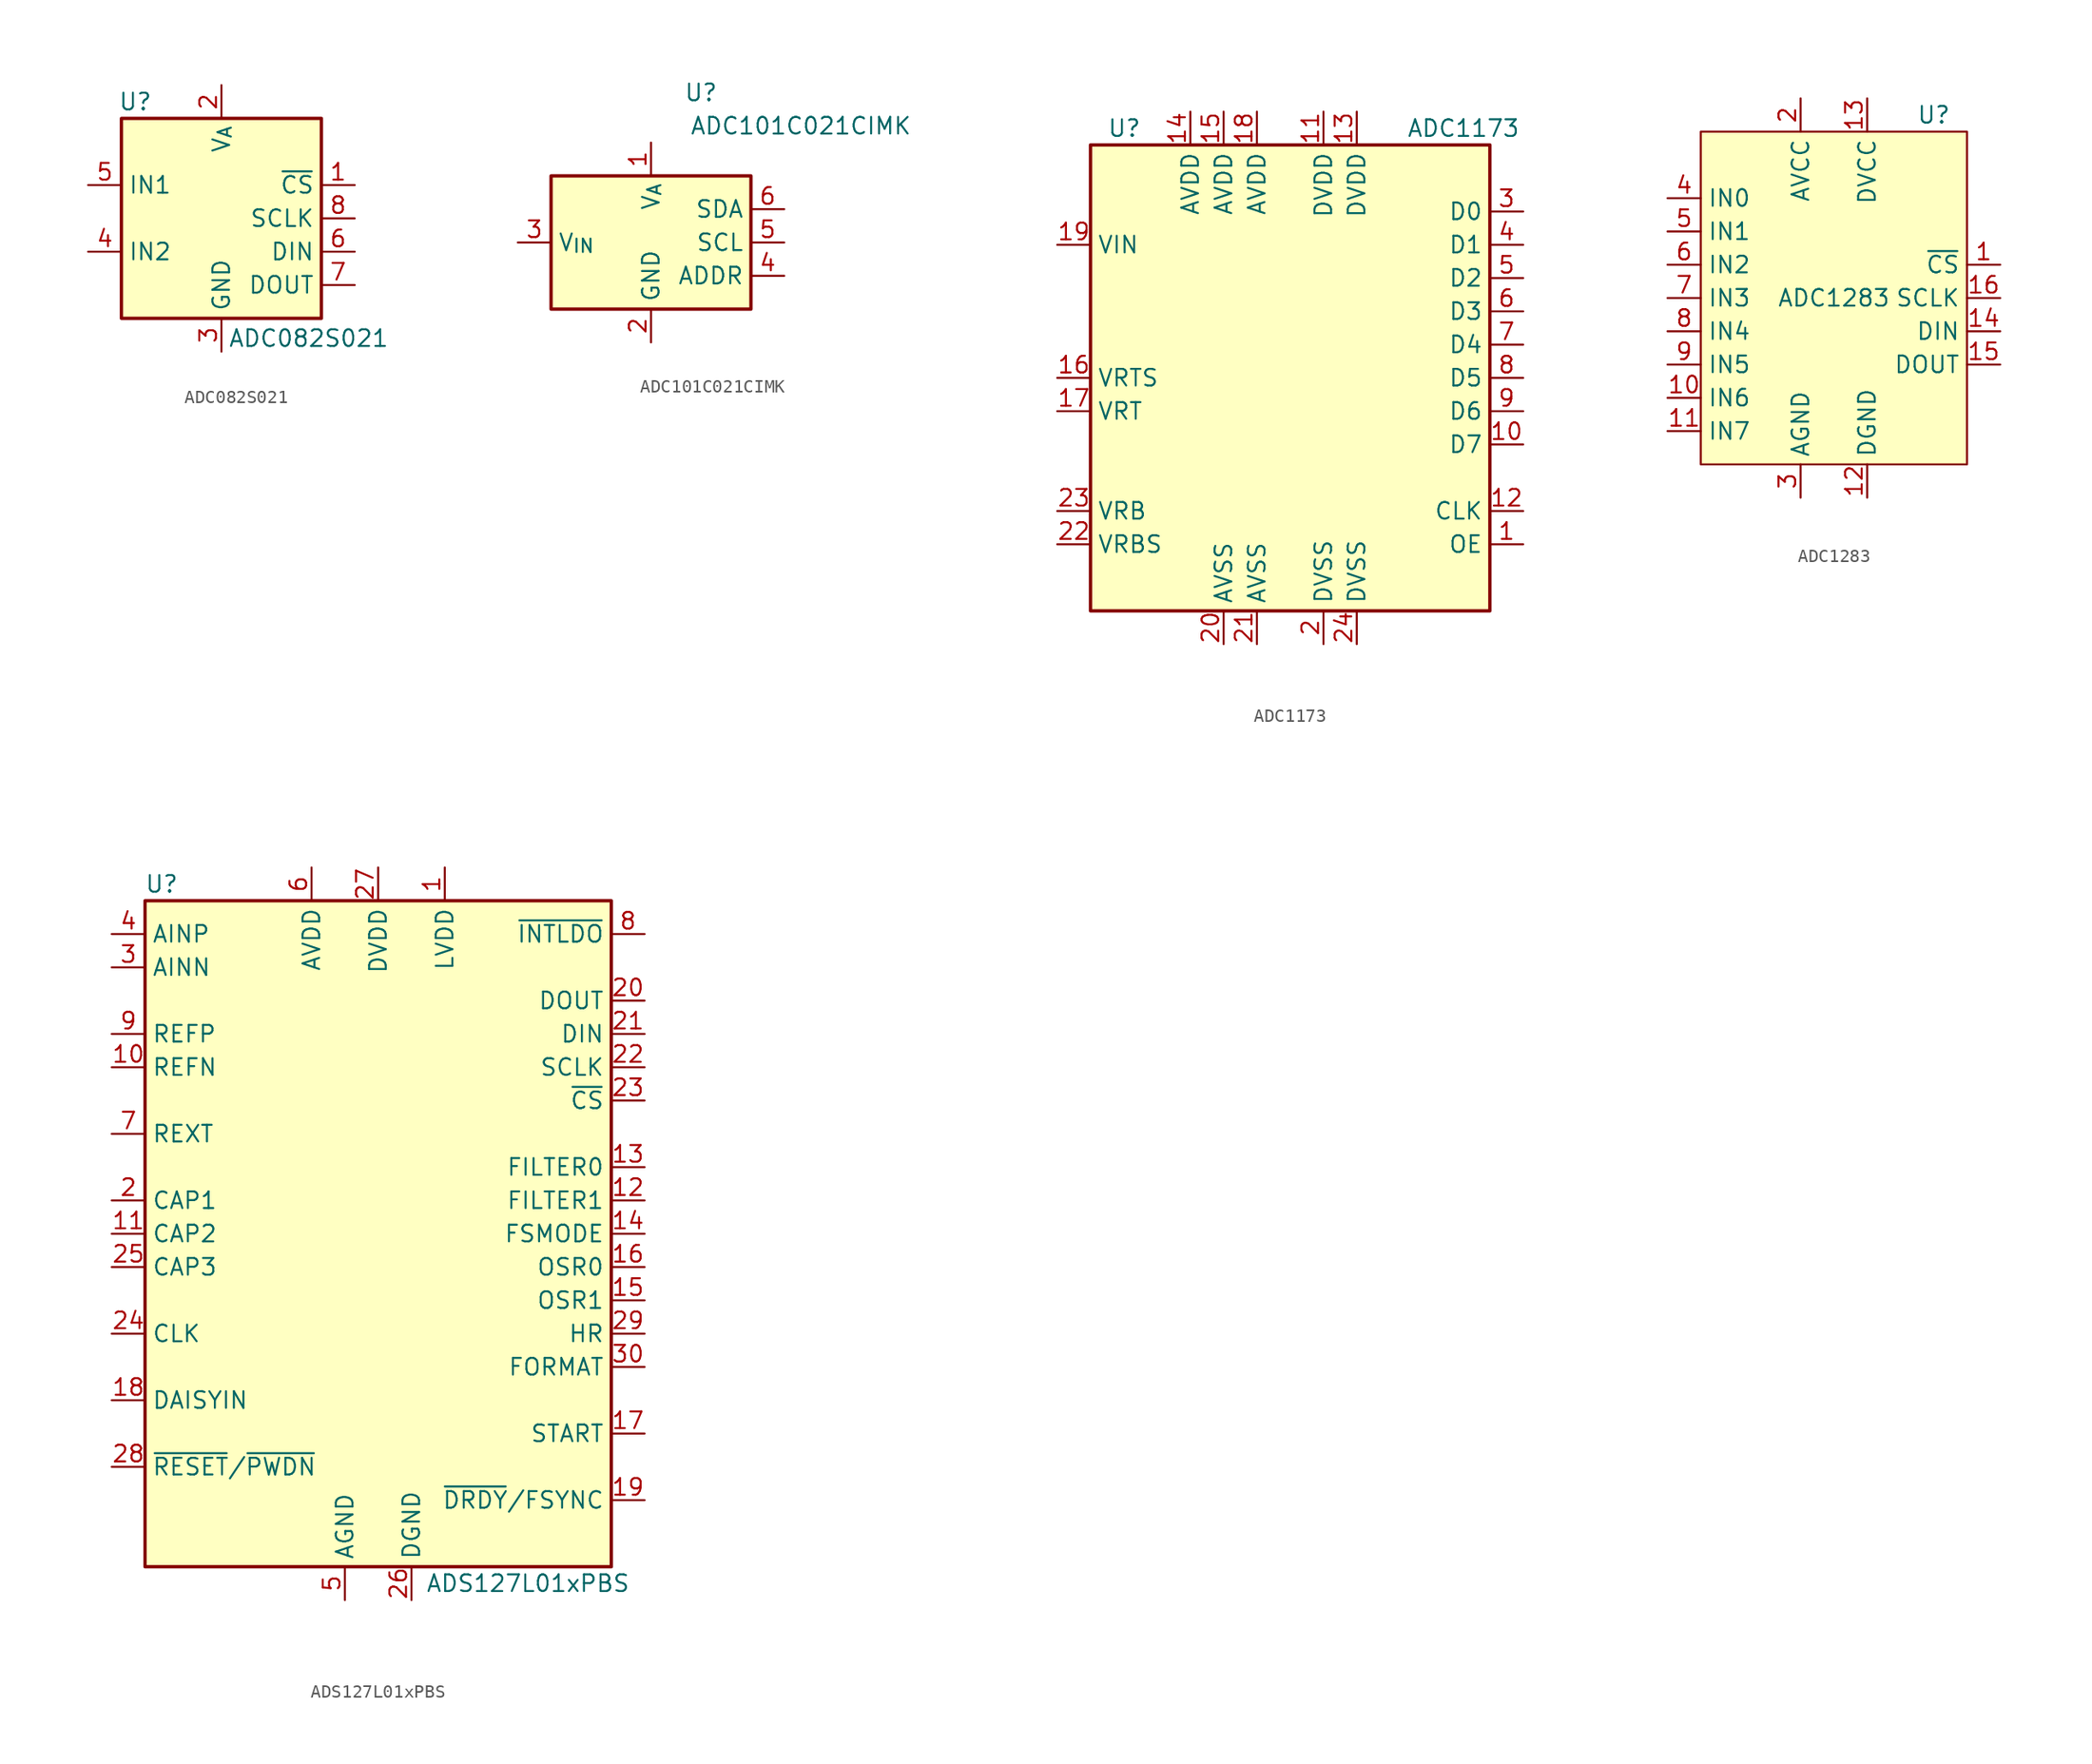
<source format=kicad_sym>
(kicad_symbol_lib
  (version 20241209)
  (generator "kicad_symbol_editor")
  (generator_version "9.0")
  (symbol "ADC082S021"
    (property "Reference" "U"
      (at -7.874 8.89 0)
      (effects (font (size 1.27 1.27)) (justify left)))
    (property "Value" "ADC082S021"
      (at 0.508 -9.144 0)
      (effects (font (size 1.27 1.27)) (justify left)))
    (symbol "ADC082S021_0_1"
      (rectangle (start -7.62 7.62) (end 7.62 -7.62) (stroke (width 0.254) (type default)) (fill (type background))))
    (symbol "ADC082S021_1_1"
      (pin input line (at -10.16 2.54 0) (length 2.54) (name "IN1" (effects (font (size 1.27 1.27)))) (number "5" (effects (font (size 1.27 1.27)))))
      (pin input line (at -10.16 -2.54 0) (length 2.54) (name "IN2" (effects (font (size 1.27 1.27)))) (number "4" (effects (font (size 1.27 1.27)))))
      (pin power_in line (at 0 10.16 270) (length 2.54) (name "V_{A}" (effects (font (size 1.27 1.27)))) (number "2" (effects (font (size 1.27 1.27)))))
      (pin power_in line (at 0 -10.16 90) (length 2.54) (name "GND" (effects (font (size 1.27 1.27)))) (number "3" (effects (font (size 1.27 1.27)))))
      (pin input line (at 10.16 2.54 180) (length 2.54) (name "~{CS}" (effects (font (size 1.27 1.27)))) (number "1" (effects (font (size 1.27 1.27)))))
      (pin input line (at 10.16 0 180) (length 2.54) (name "SCLK" (effects (font (size 1.27 1.27)))) (number "8" (effects (font (size 1.27 1.27)))))
      (pin input line (at 10.16 -2.54 180) (length 2.54) (name "DIN" (effects (font (size 1.27 1.27)))) (number "6" (effects (font (size 1.27 1.27)))))
      (pin output line (at 10.16 -5.08 180) (length 2.54) (name "DOUT" (effects (font (size 1.27 1.27)))) (number "7" (effects (font (size 1.27 1.27)))))))
  (symbol "ADC101C021CIMK"
    (property "Reference" "U"
      (at 3.81 11.43 0)
      (effects (font (size 1.27 1.27))))
    (property "Value" "ADC101C021CIMK"
      (at 11.43 8.89 0)
      (effects (font (size 1.27 1.27))))
    (symbol "ADC101C021CIMK_0_1"
      (rectangle (start -7.62 5.08) (end 7.62 -5.08) (stroke (width 0.254) (type default)) (fill (type background))))
    (symbol "ADC101C021CIMK_1_1"
      (pin input line (at -10.16 0 0) (length 2.54) (name "V_{IN}" (effects (font (size 1.27 1.27)))) (number "3" (effects (font (size 1.27 1.27)))))
      (pin power_in line (at 0 7.62 270) (length 2.54) (name "V_{A}" (effects (font (size 1.27 1.27)))) (number "1" (effects (font (size 1.27 1.27)))))
      (pin power_in line (at 0 -7.62 90) (length 2.54) (name "GND" (effects (font (size 1.27 1.27)))) (number "2" (effects (font (size 1.27 1.27)))))
      (pin bidirectional line (at 10.16 2.54 180) (length 2.54) (name "SDA" (effects (font (size 1.27 1.27)))) (number "6" (effects (font (size 1.27 1.27)))))
      (pin input line (at 10.16 0 180) (length 2.54) (name "SCL" (effects (font (size 1.27 1.27)))) (number "5" (effects (font (size 1.27 1.27)))))
      (pin input line (at 10.16 -2.54 180) (length 2.54) (name "ADDR" (effects (font (size 1.27 1.27)))) (number "4" (effects (font (size 1.27 1.27)))))))
  (symbol "ADC1173"
    (property "Reference" "U"
      (at -13.97 19.05 0)
      (effects (font (size 1.27 1.27)) (justify left)))
    (property "Value" "ADC1173"
      (at 8.89 19.05 0)
      (effects (font (size 1.27 1.27)) (justify left)))
    (symbol "ADC1173_0_1"
      (rectangle (start -15.24 17.78) (end 15.24 -17.78) (stroke (width 0.254) (type default)) (fill (type background))))
    (symbol "ADC1173_1_1"
      (pin input line (at -17.78 10.16 0) (length 2.54) (name "VIN" (effects (font (size 1.27 1.27)))) (number "19" (effects (font (size 1.27 1.27)))))
      (pin input line (at -17.78 0 0) (length 2.54) (name "VRTS" (effects (font (size 1.27 1.27)))) (number "16" (effects (font (size 1.27 1.27)))))
      (pin input line (at -17.78 -2.54 0) (length 2.54) (name "VRT" (effects (font (size 1.27 1.27)))) (number "17" (effects (font (size 1.27 1.27)))))
      (pin input line (at -17.78 -10.16 0) (length 2.54) (name "VRB" (effects (font (size 1.27 1.27)))) (number "23" (effects (font (size 1.27 1.27)))))
      (pin input line (at -17.78 -12.7 0) (length 2.54) (name "VRBS" (effects (font (size 1.27 1.27)))) (number "22" (effects (font (size 1.27 1.27)))))
      (pin power_in line (at -7.62 20.32 270) (length 2.54) (name "AVDD" (effects (font (size 1.27 1.27)))) (number "14" (effects (font (size 1.27 1.27)))))
      (pin power_in line (at -5.08 20.32 270) (length 2.54) (name "AVDD" (effects (font (size 1.27 1.27)))) (number "15" (effects (font (size 1.27 1.27)))))
      (pin power_in line (at -5.08 -20.32 90) (length 2.54) (name "AVSS" (effects (font (size 1.27 1.27)))) (number "20" (effects (font (size 1.27 1.27)))))
      (pin power_in line (at -2.54 20.32 270) (length 2.54) (name "AVDD" (effects (font (size 1.27 1.27)))) (number "18" (effects (font (size 1.27 1.27)))))
      (pin power_in line (at -2.54 -20.32 90) (length 2.54) (name "AVSS" (effects (font (size 1.27 1.27)))) (number "21" (effects (font (size 1.27 1.27)))))
      (pin power_in line (at 2.54 20.32 270) (length 2.54) (name "DVDD" (effects (font (size 1.27 1.27)))) (number "11" (effects (font (size 1.27 1.27)))))
      (pin power_in line (at 2.54 -20.32 90) (length 2.54) (name "DVSS" (effects (font (size 1.27 1.27)))) (number "2" (effects (font (size 1.27 1.27)))))
      (pin power_in line (at 5.08 20.32 270) (length 2.54) (name "DVDD" (effects (font (size 1.27 1.27)))) (number "13" (effects (font (size 1.27 1.27)))))
      (pin power_in line (at 5.08 -20.32 90) (length 2.54) (name "DVSS" (effects (font (size 1.27 1.27)))) (number "24" (effects (font (size 1.27 1.27)))))
      (pin tri_state line (at 17.78 12.7 180) (length 2.54) (name "D0" (effects (font (size 1.27 1.27)))) (number "3" (effects (font (size 1.27 1.27)))))
      (pin tri_state line (at 17.78 10.16 180) (length 2.54) (name "D1" (effects (font (size 1.27 1.27)))) (number "4" (effects (font (size 1.27 1.27)))))
      (pin tri_state line (at 17.78 7.62 180) (length 2.54) (name "D2" (effects (font (size 1.27 1.27)))) (number "5" (effects (font (size 1.27 1.27)))))
      (pin tri_state line (at 17.78 5.08 180) (length 2.54) (name "D3" (effects (font (size 1.27 1.27)))) (number "6" (effects (font (size 1.27 1.27)))))
      (pin tri_state line (at 17.78 2.54 180) (length 2.54) (name "D4" (effects (font (size 1.27 1.27)))) (number "7" (effects (font (size 1.27 1.27)))))
      (pin tri_state line (at 17.78 0 180) (length 2.54) (name "D5" (effects (font (size 1.27 1.27)))) (number "8" (effects (font (size 1.27 1.27)))))
      (pin tri_state line (at 17.78 -2.54 180) (length 2.54) (name "D6" (effects (font (size 1.27 1.27)))) (number "9" (effects (font (size 1.27 1.27)))))
      (pin tri_state line (at 17.78 -5.08 180) (length 2.54) (name "D7" (effects (font (size 1.27 1.27)))) (number "10" (effects (font (size 1.27 1.27)))))
      (pin input line (at 17.78 -10.16 180) (length 2.54) (name "CLK" (effects (font (size 1.27 1.27)))) (number "12" (effects (font (size 1.27 1.27)))))
      (pin input line (at 17.78 -12.7 180) (length 2.54) (name "OE" (effects (font (size 1.27 1.27)))) (number "1" (effects (font (size 1.27 1.27)))))))
  (symbol "ADC1283"
    (property "Reference" "U"
      (at 7.62 13.97 0)
      (effects (font (size 1.27 1.27))))
    (property "Value" "ADC1283"
      (at 0 0 0)
      (effects (font (size 1.27 1.27))))
    (symbol "ADC1283_1_1"
      (polyline (pts (xy -10.16 -12.7) (xy -10.16 12.7) (xy 10.16 12.7) (xy 10.16 -12.7) (xy -10.16 -12.7)) (stroke (width 0) (type default)) (fill (type background)))
      (pin input line (at -12.7 7.62 0) (length 2.54) (name "IN0" (effects (font (size 1.27 1.27)))) (number "4" (effects (font (size 1.27 1.27)))))
      (pin input line (at -12.7 5.08 0) (length 2.54) (name "IN1" (effects (font (size 1.27 1.27)))) (number "5" (effects (font (size 1.27 1.27)))))
      (pin input line (at -12.7 2.54 0) (length 2.54) (name "IN2" (effects (font (size 1.27 1.27)))) (number "6" (effects (font (size 1.27 1.27)))))
      (pin input line (at -12.7 0 0) (length 2.54) (name "IN3" (effects (font (size 1.27 1.27)))) (number "7" (effects (font (size 1.27 1.27)))))
      (pin input line (at -12.7 -2.54 0) (length 2.54) (name "IN4" (effects (font (size 1.27 1.27)))) (number "8" (effects (font (size 1.27 1.27)))))
      (pin input line (at -12.7 -5.08 0) (length 2.54) (name "IN5" (effects (font (size 1.27 1.27)))) (number "9" (effects (font (size 1.27 1.27)))))
      (pin input line (at -12.7 -7.62 0) (length 2.54) (name "IN6" (effects (font (size 1.27 1.27)))) (number "10" (effects (font (size 1.27 1.27)))))
      (pin input line (at -12.7 -10.16 0) (length 2.54) (name "IN7" (effects (font (size 1.27 1.27)))) (number "11" (effects (font (size 1.27 1.27)))))
      (pin power_in line (at -2.54 15.24 270) (length 2.54) (name "AVCC" (effects (font (size 1.27 1.27)))) (number "2" (effects (font (size 1.27 1.27)))))
      (pin power_in line (at -2.54 -15.24 90) (length 2.54) (name "AGND" (effects (font (size 1.27 1.27)))) (number "3" (effects (font (size 1.27 1.27)))))
      (pin power_in line (at 2.54 15.24 270) (length 2.54) (name "DVCC" (effects (font (size 1.27 1.27)))) (number "13" (effects (font (size 1.27 1.27)))))
      (pin power_in line (at 2.54 -15.24 90) (length 2.54) (name "DGND" (effects (font (size 1.27 1.27)))) (number "12" (effects (font (size 1.27 1.27)))))
      (pin input line (at 12.7 2.54 180) (length 2.54) (name "~{CS}" (effects (font (size 1.27 1.27)))) (number "1" (effects (font (size 1.27 1.27)))))
      (pin input line (at 12.7 0 180) (length 2.54) (name "SCLK" (effects (font (size 1.27 1.27)))) (number "16" (effects (font (size 1.27 1.27)))))
      (pin input line (at 12.7 -2.54 180) (length 2.54) (name "DIN" (effects (font (size 1.27 1.27)))) (number "14" (effects (font (size 1.27 1.27)))))
      (pin output line (at 12.7 -5.08 180) (length 2.54) (name "DOUT" (effects (font (size 1.27 1.27)))) (number "15" (effects (font (size 1.27 1.27)))))))
  (symbol "ADS127L01xPBS"
    (property "Reference" "U"
      (at -16.51 26.67 0)
      (effects (font (size 1.27 1.27))))
    (property "Value" "ADS127L01xPBS"
      (at 11.43 -26.67 0)
      (effects (font (size 1.27 1.27))))
    (symbol "ADS127L01xPBS_0_1"
      (rectangle (start -17.78 25.4) (end 17.78 -25.4) (stroke (width 0.254) (type default)) (fill (type background))))
    (symbol "ADS127L01xPBS_1_1"
      (pin input line (at -20.32 22.86 0) (length 2.54) (name "AINP" (effects (font (size 1.27 1.27)))) (number "4" (effects (font (size 1.27 1.27)))))
      (pin input line (at -20.32 20.32 0) (length 2.54) (name "AINN" (effects (font (size 1.27 1.27)))) (number "3" (effects (font (size 1.27 1.27)))))
      (pin input line (at -20.32 15.24 0) (length 2.54) (name "REFP" (effects (font (size 1.27 1.27)))) (number "9" (effects (font (size 1.27 1.27)))))
      (pin input line (at -20.32 12.7 0) (length 2.54) (name "REFN" (effects (font (size 1.27 1.27)))) (number "10" (effects (font (size 1.27 1.27)))))
      (pin input line (at -20.32 7.62 0) (length 2.54) (name "REXT" (effects (font (size 1.27 1.27)))) (number "7" (effects (font (size 1.27 1.27)))))
      (pin output line (at -20.32 2.54 0) (length 2.54) (name "CAP1" (effects (font (size 1.27 1.27)))) (number "2" (effects (font (size 1.27 1.27)))))
      (pin output line (at -20.32 0 0) (length 2.54) (name "CAP2" (effects (font (size 1.27 1.27)))) (number "11" (effects (font (size 1.27 1.27)))))
      (pin output line (at -20.32 -2.54 0) (length 2.54) (name "CAP3" (effects (font (size 1.27 1.27)))) (number "25" (effects (font (size 1.27 1.27)))))
      (pin input line (at -20.32 -7.62 0) (length 2.54) (name "CLK" (effects (font (size 1.27 1.27)))) (number "24" (effects (font (size 1.27 1.27)))))
      (pin input line (at -20.32 -12.7 0) (length 2.54) (name "DAISYIN" (effects (font (size 1.27 1.27)))) (number "18" (effects (font (size 1.27 1.27)))))
      (pin input line (at -20.32 -17.78 0) (length 2.54) (name "~{RESET}/~{PWDN}" (effects (font (size 1.27 1.27)))) (number "28" (effects (font (size 1.27 1.27)))))
      (pin passive line (at -5.08 27.94 270) (length 2.54) (hide yes) (name "AVDD" (effects (font (size 1.27 1.27)))) (number "32" (effects (font (size 1.27 1.27)))))
      (pin power_in line (at -5.08 27.94 270) (length 2.54) (name "AVDD" (effects (font (size 1.27 1.27)))) (number "6" (effects (font (size 1.27 1.27)))))
      (pin passive line (at -2.54 -27.94 90) (length 2.54) (hide yes) (name "AGND" (effects (font (size 1.27 1.27)))) (number "31" (effects (font (size 1.27 1.27)))))
      (pin power_in line (at -2.54 -27.94 90) (length 2.54) (name "AGND" (effects (font (size 1.27 1.27)))) (number "5" (effects (font (size 1.27 1.27)))))
      (pin power_in line (at 0 27.94 270) (length 2.54) (name "DVDD" (effects (font (size 1.27 1.27)))) (number "27" (effects (font (size 1.27 1.27)))))
      (pin power_in line (at 2.54 -27.94 90) (length 2.54) (name "DGND" (effects (font (size 1.27 1.27)))) (number "26" (effects (font (size 1.27 1.27)))))
      (pin power_in line (at 5.08 27.94 270) (length 2.54) (name "LVDD" (effects (font (size 1.27 1.27)))) (number "1" (effects (font (size 1.27 1.27)))))
      (pin input line (at 20.32 22.86 180) (length 2.54) (name "~{INTLDO}" (effects (font (size 1.27 1.27)))) (number "8" (effects (font (size 1.27 1.27)))))
      (pin output line (at 20.32 17.78 180) (length 2.54) (name "DOUT" (effects (font (size 1.27 1.27)))) (number "20" (effects (font (size 1.27 1.27)))))
      (pin input line (at 20.32 15.24 180) (length 2.54) (name "DIN" (effects (font (size 1.27 1.27)))) (number "21" (effects (font (size 1.27 1.27)))))
      (pin input line (at 20.32 12.7 180) (length 2.54) (name "SCLK" (effects (font (size 1.27 1.27)))) (number "22" (effects (font (size 1.27 1.27)))))
      (pin input line (at 20.32 10.16 180) (length 2.54) (name "~{CS}" (effects (font (size 1.27 1.27)))) (number "23" (effects (font (size 1.27 1.27)))))
      (pin input line (at 20.32 5.08 180) (length 2.54) (name "FILTER0" (effects (font (size 1.27 1.27)))) (number "13" (effects (font (size 1.27 1.27)))))
      (pin input line (at 20.32 2.54 180) (length 2.54) (name "FILTER1" (effects (font (size 1.27 1.27)))) (number "12" (effects (font (size 1.27 1.27)))))
      (pin input line (at 20.32 0 180) (length 2.54) (name "FSMODE" (effects (font (size 1.27 1.27)))) (number "14" (effects (font (size 1.27 1.27)))))
      (pin input line (at 20.32 -2.54 180) (length 2.54) (name "OSR0" (effects (font (size 1.27 1.27)))) (number "16" (effects (font (size 1.27 1.27)))))
      (pin input line (at 20.32 -5.08 180) (length 2.54) (name "OSR1" (effects (font (size 1.27 1.27)))) (number "15" (effects (font (size 1.27 1.27)))))
      (pin input line (at 20.32 -7.62 180) (length 2.54) (name "HR" (effects (font (size 1.27 1.27)))) (number "29" (effects (font (size 1.27 1.27)))))
      (pin input line (at 20.32 -10.16 180) (length 2.54) (name "FORMAT" (effects (font (size 1.27 1.27)))) (number "30" (effects (font (size 1.27 1.27)))))
      (pin input line (at 20.32 -15.24 180) (length 2.54) (name "START" (effects (font (size 1.27 1.27)))) (number "17" (effects (font (size 1.27 1.27)))))
      (pin passive line (at 20.32 -20.32 180) (length 2.54) (name "~{DRDY}/FSYNC" (effects (font (size 1.27 1.27)))) (number "19" (effects (font (size 1.27 1.27))))))))
</source>
